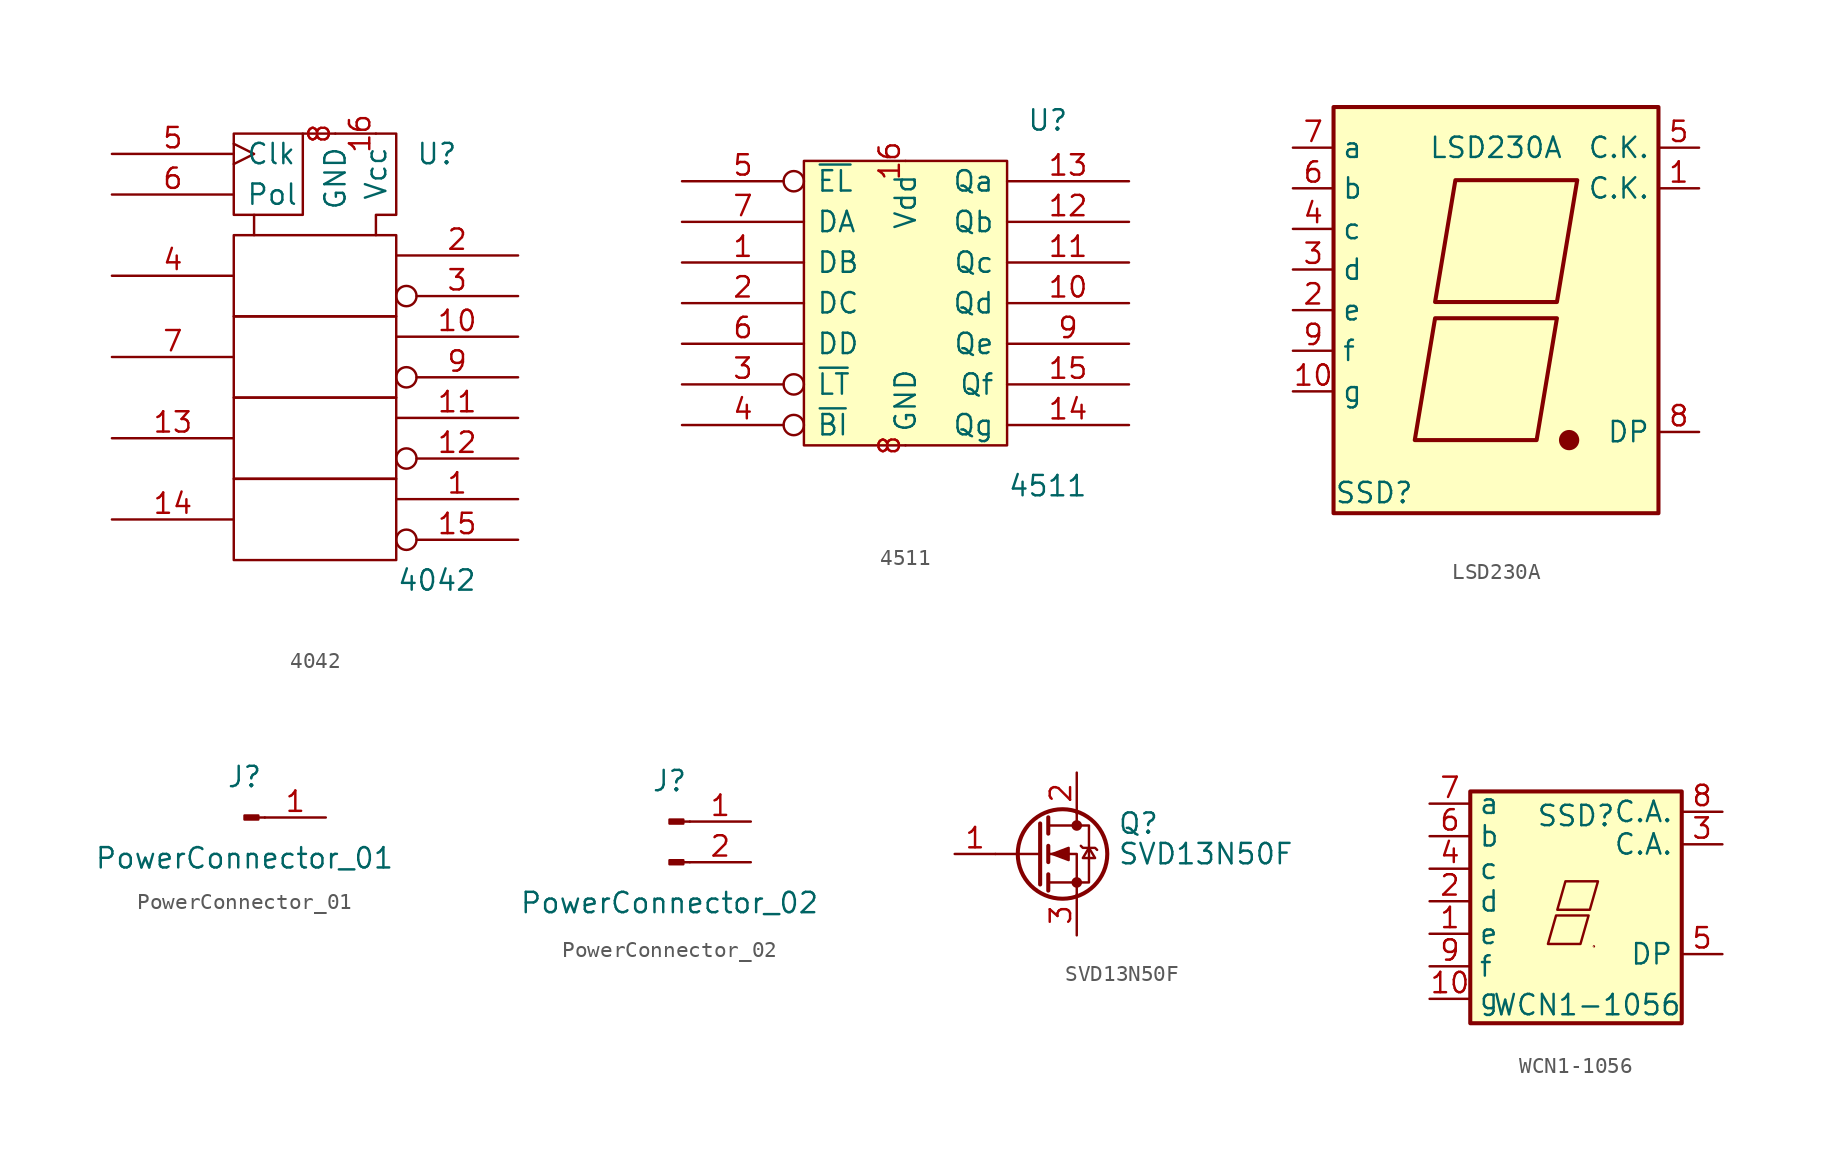
<source format=kicad_sym>
(kicad_symbol_lib
  (version 20211014)
  (generator kicad_symbol_editor)
  (symbol "4042"
    (pin_names
      (offset 0.762))
    (property "Reference" "U"
      (at 7.62 11.43 0)
      (effects (font (size 1.27 1.27))))
    (property "Value" "4042"
      (at 7.62 -15.24 0)
      (effects (font (size 1.27 1.27))))
    (symbol "4042_0_0"
      (polyline (pts (xy -0.762 12.7) (xy -0.762 7.62) (xy -3.81 7.62) (xy -3.81 7.62)) (stroke (width 0) (type default) (color 0 0 0 0)) (fill (type none))))
    (symbol "4042_0_1"
      (rectangle (start -5.08 -8.89) (end 5.08 -13.97) (stroke (width 0) (type default) (color 0 0 0 0)) (fill (type none)))
      (rectangle (start -5.08 1.27) (end 5.08 -3.81) (stroke (width 0) (type default) (color 0 0 0 0)) (fill (type none)))
      (polyline (pts (xy -3.81 6.35) (xy -3.81 7.62) (xy -5.08 7.62) (xy -5.08 12.7) (xy 5.08 12.7) (xy 5.08 7.62) (xy 3.81 7.62) (xy 3.81 6.35) (xy 3.81 6.35)) (stroke (width 0) (type default) (color 0 0 0 0)) (fill (type none)))
      (rectangle (start 5.08 -3.81) (end -5.08 -8.89) (stroke (width 0) (type default) (color 0 0 0 0)) (fill (type none)))
      (rectangle (start 5.08 6.35) (end -5.08 1.27) (stroke (width 0) (type default) (color 0 0 0 0)) (fill (type none))))
    (symbol "4042_1_0"
      (pin output line (at 12.7 -10.16 180) (length 7.62) (name "~" (effects (font (size 1.27 1.27)))) (number "1" (effects (font (size 1.27 1.27)))))
      (pin output line (at 12.7 0 180) (length 7.62) (name "~" (effects (font (size 1.27 1.27)))) (number "10" (effects (font (size 1.27 1.27)))))
      (pin output line (at 12.7 -5.08 180) (length 7.62) (name "~" (effects (font (size 1.27 1.27)))) (number "11" (effects (font (size 1.27 1.27)))))
      (pin output inverted (at 12.7 -7.62 180) (length 7.62) (name "~" (effects (font (size 1.27 1.27)))) (number "12" (effects (font (size 1.27 1.27)))))
      (pin input line (at -12.7 -6.35 0) (length 7.62) (name "~" (effects (font (size 1.27 1.27)))) (number "13" (effects (font (size 1.27 1.27)))))
      (pin input line (at -12.7 -11.43 0) (length 7.62) (name "~" (effects (font (size 1.27 1.27)))) (number "14" (effects (font (size 1.27 1.27)))))
      (pin output inverted (at 12.7 -12.7 180) (length 7.62) (name "~" (effects (font (size 1.27 1.27)))) (number "15" (effects (font (size 1.27 1.27)))))
      (pin power_in line (at 3.81 12.7 270) (length 0) (name "Vcc" (effects (font (size 1.27 1.27)))) (number "16" (effects (font (size 1.27 1.27)))))
      (pin output line (at 12.7 5.08 180) (length 7.62) (name "~" (effects (font (size 1.27 1.27)))) (number "2" (effects (font (size 1.27 1.27)))))
      (pin output inverted (at 12.7 2.54 180) (length 7.62) (name "~" (effects (font (size 1.27 1.27)))) (number "3" (effects (font (size 1.27 1.27)))))
      (pin input line (at -12.7 3.81 0) (length 7.62) (name "~" (effects (font (size 1.27 1.27)))) (number "4" (effects (font (size 1.27 1.27)))))
      (pin input clock (at -12.7 11.43 0) (length 7.62) (name "Clk" (effects (font (size 1.27 1.27)))) (number "5" (effects (font (size 1.27 1.27)))))
      (pin input line (at -12.7 8.89 0) (length 7.62) (name "Pol" (effects (font (size 1.27 1.27)))) (number "6" (effects (font (size 1.27 1.27)))))
      (pin input line (at -12.7 -1.27 0) (length 7.62) (name "~" (effects (font (size 1.27 1.27)))) (number "7" (effects (font (size 1.27 1.27)))))
      (pin power_in line (at 1.27 12.7 270) (length 0) (name "GND" (effects (font (size 1.27 1.27)))) (number "8" (effects (font (size 1.27 1.27)))))
      (pin output inverted (at 12.7 -2.54 180) (length 7.62) (name "~" (effects (font (size 1.27 1.27)))) (number "9" (effects (font (size 1.27 1.27)))))))
  (symbol "4511"
    (pin_names
      (offset 0.762))
    (property "Reference" "U"
      (at 8.89 11.43 0)
      (effects (font (size 1.27 1.27))))
    (property "Value" "4511"
      (at 8.89 -11.43 0)
      (effects (font (size 1.27 1.27))))
    (symbol "4511_0_1"
      (rectangle (start -6.35 8.89) (end 6.35 -8.89) (stroke (width 0) (type default) (color 0 0 0 0)) (fill (type background))))
    (symbol "4511_1_1"
      (pin input line (at -13.97 2.54 0) (length 7.62) (name "DB" (effects (font (size 1.27 1.27)))) (number "1" (effects (font (size 1.27 1.27)))))
      (pin output line (at 13.97 0 180) (length 7.62) (name "Qd" (effects (font (size 1.27 1.27)))) (number "10" (effects (font (size 1.27 1.27)))))
      (pin output line (at 13.97 2.54 180) (length 7.62) (name "Qc" (effects (font (size 1.27 1.27)))) (number "11" (effects (font (size 1.27 1.27)))))
      (pin output line (at 13.97 5.08 180) (length 7.62) (name "Qb" (effects (font (size 1.27 1.27)))) (number "12" (effects (font (size 1.27 1.27)))))
      (pin output line (at 13.97 7.62 180) (length 7.62) (name "Qa" (effects (font (size 1.27 1.27)))) (number "13" (effects (font (size 1.27 1.27)))))
      (pin output line (at 13.97 -7.62 180) (length 7.62) (name "Qg" (effects (font (size 1.27 1.27)))) (number "14" (effects (font (size 1.27 1.27)))))
      (pin output line (at 13.97 -5.08 180) (length 7.62) (name "Qf" (effects (font (size 1.27 1.27)))) (number "15" (effects (font (size 1.27 1.27)))))
      (pin power_in line (at 0 8.89 270) (length 0) (name "Vdd" (effects (font (size 1.27 1.27)))) (number "16" (effects (font (size 1.27 1.27)))))
      (pin input line (at -13.97 0 0) (length 7.62) (name "DC" (effects (font (size 1.27 1.27)))) (number "2" (effects (font (size 1.27 1.27)))))
      (pin input inverted (at -13.97 -5.08 0) (length 7.62) (name "~{LT}" (effects (font (size 1.27 1.27)))) (number "3" (effects (font (size 1.27 1.27)))))
      (pin input inverted (at -13.97 -7.62 0) (length 7.62) (name "~{BI}" (effects (font (size 1.27 1.27)))) (number "4" (effects (font (size 1.27 1.27)))))
      (pin input inverted (at -13.97 7.62 0) (length 7.62) (name "~{EL}" (effects (font (size 1.27 1.27)))) (number "5" (effects (font (size 1.27 1.27)))))
      (pin input line (at -13.97 -2.54 0) (length 7.62) (name "DD" (effects (font (size 1.27 1.27)))) (number "6" (effects (font (size 1.27 1.27)))))
      (pin input line (at -13.97 5.08 0) (length 7.62) (name "DA" (effects (font (size 1.27 1.27)))) (number "7" (effects (font (size 1.27 1.27)))))
      (pin power_in line (at 0 -8.89 90) (length 0) (name "GND" (effects (font (size 1.27 1.27)))) (number "8" (effects (font (size 1.27 1.27)))))
      (pin output line (at 13.97 -2.54 180) (length 7.62) (name "Qe" (effects (font (size 1.27 1.27)))) (number "9" (effects (font (size 1.27 1.27)))))))
  (symbol "LSD230A"
    (property "Reference" "SSD"
      (at -8.89 -11.43 0)
      (effects (font (size 1.27 1.27))))
    (property "Value" "LSD230A"
      (at -1.27 10.16 0)
      (effects (font (size 1.27 1.27))))
    (symbol "LSD230A_0_1"
      (rectangle (start -11.43 12.7) (end 8.89 -12.7) (stroke (width 0.254) (type default) (color 0 0 0 0)) (fill (type background)))
      (polyline (pts (xy -5.08 -0.508) (xy 2.54 -0.508) (xy 1.27 -8.128) (xy -6.35 -8.128) (xy -5.08 -0.508) (xy -5.08 -0.508)) (stroke (width 0.254) (type default) (color 0 0 0 0)) (fill (type none)))
      (polyline (pts (xy -3.81 8.128) (xy 3.81 8.128) (xy 2.54 0.508) (xy -5.08 0.508) (xy -3.81 8.128) (xy -3.81 8.128)) (stroke (width 0.254) (type default) (color 0 0 0 0)) (fill (type none)))
      (circle (center 3.302 -8.128) (radius 0.508) (stroke (width 0.254) (type default) (color 0 0 0 0)) (fill (type outline))))
    (symbol "LSD230A_1_1"
      (pin passive line (at 11.43 7.62 180) (length 2.54) (name "C.K." (effects (font (size 1.27 1.27)))) (number "1" (effects (font (size 1.27 1.27)))))
      (pin passive line (at -13.97 -5.08 0) (length 2.54) (name "g" (effects (font (size 1.27 1.27)))) (number "10" (effects (font (size 1.27 1.27)))))
      (pin passive line (at -13.97 0 0) (length 2.54) (name "e" (effects (font (size 1.27 1.27)))) (number "2" (effects (font (size 1.27 1.27)))))
      (pin passive line (at -13.97 2.54 0) (length 2.54) (name "d" (effects (font (size 1.27 1.27)))) (number "3" (effects (font (size 1.27 1.27)))))
      (pin passive line (at -13.97 5.08 0) (length 2.54) (name "c" (effects (font (size 1.27 1.27)))) (number "4" (effects (font (size 1.27 1.27)))))
      (pin passive line (at 11.43 10.16 180) (length 2.54) (name "C.K." (effects (font (size 1.27 1.27)))) (number "5" (effects (font (size 1.27 1.27)))))
      (pin passive line (at -13.97 7.62 0) (length 2.54) (name "b" (effects (font (size 1.27 1.27)))) (number "6" (effects (font (size 1.27 1.27)))))
      (pin passive line (at -13.97 10.16 0) (length 2.54) (name "a" (effects (font (size 1.27 1.27)))) (number "7" (effects (font (size 1.27 1.27)))))
      (pin passive line (at 11.43 -7.62 180) (length 2.54) (name "DP" (effects (font (size 1.27 1.27)))) (number "8" (effects (font (size 1.27 1.27)))))
      (pin passive line (at -13.97 -2.54 0) (length 2.54) (name "f" (effects (font (size 1.27 1.27)))) (number "9" (effects (font (size 1.27 1.27)))))))
  (symbol "PowerConnector_01"
    (pin_names
      (offset 1.016) hide)
    (property "Reference" "J"
      (at 0 2.54 0)
      (effects (font (size 1.27 1.27))))
    (property "Value" "PowerConnector_01"
      (at 0 -2.54 0)
      (effects (font (size 1.27 1.27))))
    (symbol "PowerConnector_01_1_1"
      (polyline (pts (xy 1.27 0) (xy 0.864 0)) (stroke (width 0.152) (type default) (color 0 0 0 0)) (fill (type none)))
      (rectangle (start 0.864 0.127) (end 0 -0.127) (stroke (width 0.152) (type default) (color 0 0 0 0)) (fill (type outline)))
      (pin power_out line (at 5.08 0 180) (length 3.81) (name "Pin_1" (effects (font (size 1.27 1.27)))) (number "1" (effects (font (size 1.27 1.27)))))))
  (symbol "PowerConnector_02"
    (pin_names
      (offset 1.016) hide)
    (property "Reference" "J"
      (at 0 2.54 0)
      (effects (font (size 1.27 1.27))))
    (property "Value" "PowerConnector_02"
      (at 0 -5.08 0)
      (effects (font (size 1.27 1.27))))
    (symbol "PowerConnector_02_1_1"
      (polyline (pts (xy 1.27 -2.54) (xy 0.864 -2.54)) (stroke (width 0.152) (type default) (color 0 0 0 0)) (fill (type none)))
      (polyline (pts (xy 1.27 0) (xy 0.864 0)) (stroke (width 0.152) (type default) (color 0 0 0 0)) (fill (type none)))
      (rectangle (start 0.864 -2.413) (end 0 -2.667) (stroke (width 0.152) (type default) (color 0 0 0 0)) (fill (type outline)))
      (rectangle (start 0.864 0.127) (end 0 -0.127) (stroke (width 0.152) (type default) (color 0 0 0 0)) (fill (type outline)))
      (pin power_out line (at 5.08 0 180) (length 3.81) (name "Pin_1" (effects (font (size 1.27 1.27)))) (number "1" (effects (font (size 1.27 1.27)))))
      (pin power_out line (at 5.08 -2.54 180) (length 3.81) (name "GND" (effects (font (size 1.27 1.27)))) (number "2" (effects (font (size 1.27 1.27)))))))
  (symbol "SVD13N50F"
    (pin_names hide)
    (property "Reference" "Q"
      (at 5.08 1.905 0)
      (effects (font (size 1.27 1.27)) (justify left)))
    (property "Value" "SVD13N50F"
      (at 5.08 0 0)
      (effects (font (size 1.27 1.27)) (justify left)))
    (symbol "SVD13N50F_0_1"
      (polyline (pts (xy 0.254 0) (xy -2.54 0)) (stroke (width 0) (type default) (color 0 0 0 0)) (fill (type none)))
      (polyline (pts (xy 0.254 1.905) (xy 0.254 -1.905)) (stroke (width 0.254) (type default) (color 0 0 0 0)) (fill (type none)))
      (polyline (pts (xy 0.762 -1.27) (xy 0.762 -2.286)) (stroke (width 0.254) (type default) (color 0 0 0 0)) (fill (type none)))
      (polyline (pts (xy 0.762 0.508) (xy 0.762 -0.508)) (stroke (width 0.254) (type default) (color 0 0 0 0)) (fill (type none)))
      (polyline (pts (xy 0.762 2.286) (xy 0.762 1.27)) (stroke (width 0.254) (type default) (color 0 0 0 0)) (fill (type none)))
      (polyline (pts (xy 2.54 2.54) (xy 2.54 1.778)) (stroke (width 0) (type default) (color 0 0 0 0)) (fill (type none)))
      (polyline (pts (xy 2.54 -2.54) (xy 2.54 0) (xy 0.762 0)) (stroke (width 0) (type default) (color 0 0 0 0)) (fill (type none)))
      (polyline (pts (xy 0.762 -1.778) (xy 3.302 -1.778) (xy 3.302 1.778) (xy 0.762 1.778)) (stroke (width 0) (type default) (color 0 0 0 0)) (fill (type none)))
      (polyline (pts (xy 1.016 0) (xy 2.032 0.381) (xy 2.032 -0.381) (xy 1.016 0)) (stroke (width 0) (type default) (color 0 0 0 0)) (fill (type outline)))
      (polyline (pts (xy 2.794 0.508) (xy 2.921 0.381) (xy 3.683 0.381) (xy 3.81 0.254)) (stroke (width 0) (type default) (color 0 0 0 0)) (fill (type none)))
      (polyline (pts (xy 3.302 0.381) (xy 2.921 -0.254) (xy 3.683 -0.254) (xy 3.302 0.381)) (stroke (width 0) (type default) (color 0 0 0 0)) (fill (type none)))
      (circle (center 1.651 0) (radius 2.794) (stroke (width 0.254) (type default) (color 0 0 0 0)) (fill (type none)))
      (circle (center 2.54 -1.778) (radius 0.254) (stroke (width 0) (type default) (color 0 0 0 0)) (fill (type outline)))
      (circle (center 2.54 1.778) (radius 0.254) (stroke (width 0) (type default) (color 0 0 0 0)) (fill (type outline))))
    (symbol "SVD13N50F_1_1"
      (pin input line (at -5.08 0 0) (length 2.54) (name "G" (effects (font (size 1.27 1.27)))) (number "1" (effects (font (size 1.27 1.27)))))
      (pin passive line (at 2.54 5.08 270) (length 2.54) (name "D" (effects (font (size 1.27 1.27)))) (number "2" (effects (font (size 1.27 1.27)))))
      (pin passive line (at 2.54 -5.08 90) (length 2.54) (name "S" (effects (font (size 1.27 1.27)))) (number "3" (effects (font (size 1.27 1.27)))))))
  (symbol "WCN1-1056"
    (property "Reference" "SSD"
      (at 0 5.613 0)
      (effects (font (size 1.27 1.27))))
    (property "Value" "WCN1-1056"
      (at 0.686 -6.198 0)
      (effects (font (size 1.27 1.27))))
    (symbol "WCN1-1056_0_1"
      (rectangle (start -6.604 7.137) (end 6.604 -7.341) (stroke (width 0.254) (type default) (color 0 0 0 0)) (fill (type background)))
      (polyline (pts (xy -1.245 -0.61) (xy 0.787 -0.61) (xy 0.279 -2.388) (xy -1.753 -2.388) (xy -1.245 -0.61) (xy -1.245 -0.61)) (stroke (width 0) (type default) (color 0 0 0 0)) (fill (type none)))
      (polyline (pts (xy -0.66 1.524) (xy 1.372 1.524) (xy 0.864 -0.254) (xy -1.168 -0.254) (xy -0.66 1.524) (xy -0.66 1.524)) (stroke (width 0) (type default) (color 0 0 0 0)) (fill (type none)))
      (circle (center 1.118 -2.54) (radius 0.0001) (stroke (width 0) (type default) (color 0 0 0 0)) (fill (type outline))))
    (symbol "WCN1-1056_1_1"
      (pin passive line (at -9.144 -1.753 0) (length 2.54) (name "e" (effects (font (size 1.27 1.27)))) (number "1" (effects (font (size 1.27 1.27)))))
      (pin passive line (at -9.144 -5.817 0) (length 2.54) (name "g" (effects (font (size 1.27 1.27)))) (number "10" (effects (font (size 1.27 1.27)))))
      (pin passive line (at -9.144 0.279 0) (length 2.54) (name "d" (effects (font (size 1.27 1.27)))) (number "2" (effects (font (size 1.27 1.27)))))
      (pin passive line (at 9.144 3.835 180) (length 2.54) (name "C.A." (effects (font (size 1.27 1.27)))) (number "3" (effects (font (size 1.27 1.27)))))
      (pin passive line (at -9.144 2.311 0) (length 2.54) (name "c" (effects (font (size 1.27 1.27)))) (number "4" (effects (font (size 1.27 1.27)))))
      (pin passive line (at 9.144 -3.023 180) (length 2.54) (name "DP" (effects (font (size 1.27 1.27)))) (number "5" (effects (font (size 1.27 1.27)))))
      (pin passive line (at -9.144 4.343 0) (length 2.54) (name "b" (effects (font (size 1.27 1.27)))) (number "6" (effects (font (size 1.27 1.27)))))
      (pin passive line (at -9.144 6.375 0) (length 2.54) (name "a" (effects (font (size 1.27 1.27)))) (number "7" (effects (font (size 1.27 1.27)))))
      (pin passive line (at 9.144 5.867 180) (length 2.54) (name "C.A." (effects (font (size 1.27 1.27)))) (number "8" (effects (font (size 1.27 1.27)))))
      (pin passive line (at -9.144 -3.785 0) (length 2.54) (name "f" (effects (font (size 1.27 1.27)))) (number "9" (effects (font (size 1.27 1.27))))))))
</source>
